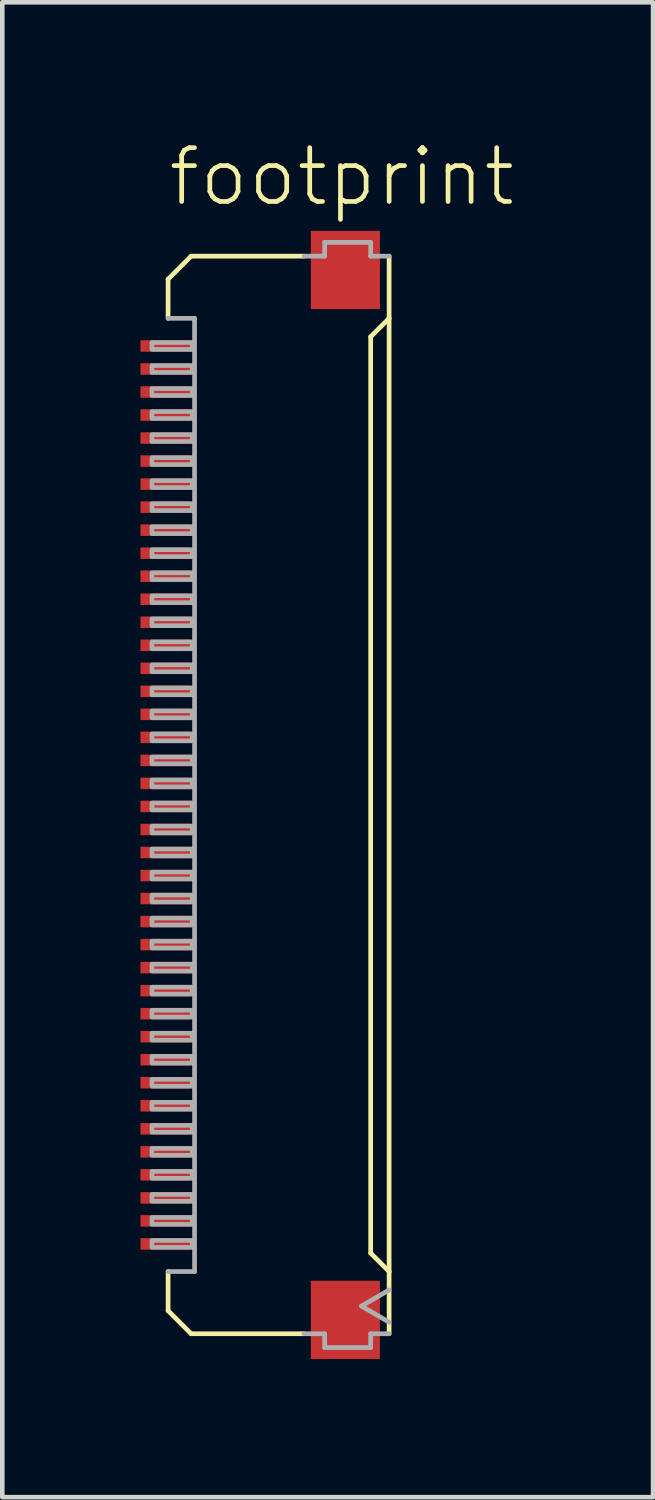
<source format=kicad_pcb>
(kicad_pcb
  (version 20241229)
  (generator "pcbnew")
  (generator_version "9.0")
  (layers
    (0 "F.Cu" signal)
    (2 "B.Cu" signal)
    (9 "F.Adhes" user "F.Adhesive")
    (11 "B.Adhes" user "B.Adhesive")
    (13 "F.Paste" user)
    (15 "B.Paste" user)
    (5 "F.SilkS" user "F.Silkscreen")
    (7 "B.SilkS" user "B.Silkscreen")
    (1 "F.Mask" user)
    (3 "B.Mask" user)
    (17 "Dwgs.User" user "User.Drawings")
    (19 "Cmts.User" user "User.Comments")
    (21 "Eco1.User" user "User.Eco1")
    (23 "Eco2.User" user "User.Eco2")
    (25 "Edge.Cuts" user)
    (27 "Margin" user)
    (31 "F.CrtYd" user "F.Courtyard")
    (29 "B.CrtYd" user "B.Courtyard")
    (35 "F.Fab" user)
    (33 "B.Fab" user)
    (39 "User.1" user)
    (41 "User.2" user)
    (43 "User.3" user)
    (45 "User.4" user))
  (footprint "footprint"
    (layer "F.Cu")
    (at 3.09 14.213)
    (property "Reference" "footprint" (at -2.54 -12.74 0) (layer "F.SilkS") (effects (font (size 1.168 1.168) (thickness 0.102)) (justify left bottom)))
    (fp_line (start -2.49 -11.2) (end -1.99 -11.7) (stroke (width 0.102) (type solid)) (layer "F.SilkS"))
    (fp_line (start -2.49 -10.35) (end -2.49 -11.2) (stroke (width 0.102) (type solid)) (layer "F.SilkS"))
    (fp_line (start -2.49 10.35) (end -2.49 11.2) (stroke (width 0.102) (type solid)) (layer "F.SilkS"))
    (fp_line (start -2.49 11.2) (end -1.99 11.7) (stroke (width 0.102) (type solid)) (layer "F.SilkS"))
    (fp_line (start -1.99 -11.7) (end 0.46 -11.7) (stroke (width 0.102) (type solid)) (layer "F.SilkS"))
    (fp_line (start -1.99 11.7) (end 0.46 11.7) (stroke (width 0.102) (type solid)) (layer "F.SilkS"))
    (fp_line (start 1.91 -9.95) (end 1.91 9.95) (stroke (width 0.102) (type solid)) (layer "F.SilkS"))
    (fp_line (start 1.91 9.95) (end 2.31 10.35) (stroke (width 0.102) (type solid)) (layer "F.SilkS"))
    (fp_line (start 2.31 -11.7) (end 2.31 -10.35) (stroke (width 0.102) (type solid)) (layer "F.SilkS"))
    (fp_line (start 2.31 -10.35) (end 1.91 -9.95) (stroke (width 0.102) (type solid)) (layer "F.SilkS"))
    (fp_line (start 2.31 10.35) (end 2.31 -10.35) (stroke (width 0.102) (type solid)) (layer "F.SilkS"))
    (fp_line (start 2.31 10.35) (end 2.31 11.7) (stroke (width 0.102) (type solid)) (layer "F.SilkS"))
    (fp_line (start -2.49 10.35) (end -1.915 10.35) (stroke (width 0.102) (type solid)) (layer "F.Fab"))
    (fp_line (start -1.915 -10.35) (end -2.49 -10.35) (stroke (width 0.102) (type solid)) (layer "F.Fab"))
    (fp_line (start -1.915 10.35) (end -1.915 -10.35) (stroke (width 0.102) (type solid)) (layer "F.Fab"))
    (fp_line (start 0.46 -11.7) (end 0.91 -11.7) (stroke (width 0.102) (type solid)) (layer "F.Fab"))
    (fp_line (start 0.91 -12) (end 1.91 -12) (stroke (width 0.102) (type solid)) (layer "F.Fab"))
    (fp_line (start 0.91 -11.7) (end 0.91 -12) (stroke (width 0.102) (type solid)) (layer "F.Fab"))
    (fp_line (start 0.91 11.7) (end 0.46 11.7) (stroke (width 0.102) (type solid)) (layer "F.Fab"))
    (fp_line (start 0.91 12) (end 0.91 11.7) (stroke (width 0.102) (type solid)) (layer "F.Fab"))
    (fp_line (start 1.71 11.1) (end 2.31 10.75) (stroke (width 0.102) (type solid)) (layer "F.Fab"))
    (fp_line (start 1.91 -12) (end 1.91 -11.7) (stroke (width 0.102) (type solid)) (layer "F.Fab"))
    (fp_line (start 1.91 -11.7) (end 2.31 -11.7) (stroke (width 0.102) (type solid)) (layer "F.Fab"))
    (fp_line (start 1.91 11.7) (end 1.91 12) (stroke (width 0.102) (type solid)) (layer "F.Fab"))
    (fp_line (start 1.91 12) (end 0.91 12) (stroke (width 0.102) (type solid)) (layer "F.Fab"))
    (fp_line (start 2.31 11.45) (end 1.71 11.1) (stroke (width 0.102) (type solid)) (layer "F.Fab"))
    (fp_line (start 2.31 11.7) (end 1.91 11.7) (stroke (width 0.102) (type solid)) (layer "F.Fab"))
    (fp_poly (pts (xy -1.965 -9.825) (xy -2.84 -9.825) (xy -2.84 -9.675) (xy -1.965 -9.675)) (stroke (width 0.1) (type solid)) (fill no) (layer "F.Fab"))
    (fp_poly (pts (xy -1.965 -9.325) (xy -2.84 -9.325) (xy -2.84 -9.175) (xy -1.965 -9.175)) (stroke (width 0.1) (type solid)) (fill no) (layer "F.Fab"))
    (fp_poly (pts (xy -1.965 -8.825) (xy -2.84 -8.825) (xy -2.84 -8.675) (xy -1.965 -8.675)) (stroke (width 0.1) (type solid)) (fill no) (layer "F.Fab"))
    (fp_poly (pts (xy -1.965 -8.325) (xy -2.84 -8.325) (xy -2.84 -8.175) (xy -1.965 -8.175)) (stroke (width 0.1) (type solid)) (fill no) (layer "F.Fab"))
    (fp_poly (pts (xy -1.965 -7.825) (xy -2.84 -7.825) (xy -2.84 -7.675) (xy -1.965 -7.675)) (stroke (width 0.1) (type solid)) (fill no) (layer "F.Fab"))
    (fp_poly (pts (xy -1.965 -7.325) (xy -2.84 -7.325) (xy -2.84 -7.175) (xy -1.965 -7.175)) (stroke (width 0.1) (type solid)) (fill no) (layer "F.Fab"))
    (fp_poly (pts (xy -1.965 -6.825) (xy -2.84 -6.825) (xy -2.84 -6.675) (xy -1.965 -6.675)) (stroke (width 0.1) (type solid)) (fill no) (layer "F.Fab"))
    (fp_poly (pts (xy -1.965 -6.325) (xy -2.84 -6.325) (xy -2.84 -6.175) (xy -1.965 -6.175)) (stroke (width 0.1) (type solid)) (fill no) (layer "F.Fab"))
    (fp_poly (pts (xy -1.965 -5.825) (xy -2.84 -5.825) (xy -2.84 -5.675) (xy -1.965 -5.675)) (stroke (width 0.1) (type solid)) (fill no) (layer "F.Fab"))
    (fp_poly (pts (xy -1.965 -5.325) (xy -2.84 -5.325) (xy -2.84 -5.175) (xy -1.965 -5.175)) (stroke (width 0.1) (type solid)) (fill no) (layer "F.Fab"))
    (fp_poly (pts (xy -1.965 -4.825) (xy -2.84 -4.825) (xy -2.84 -4.675) (xy -1.965 -4.675)) (stroke (width 0.1) (type solid)) (fill no) (layer "F.Fab"))
    (fp_poly (pts (xy -1.965 -4.325) (xy -2.84 -4.325) (xy -2.84 -4.175) (xy -1.965 -4.175)) (stroke (width 0.1) (type solid)) (fill no) (layer "F.Fab"))
    (fp_poly (pts (xy -1.965 -3.825) (xy -2.84 -3.825) (xy -2.84 -3.675) (xy -1.965 -3.675)) (stroke (width 0.1) (type solid)) (fill no) (layer "F.Fab"))
    (fp_poly (pts (xy -1.965 -3.325) (xy -2.84 -3.325) (xy -2.84 -3.175) (xy -1.965 -3.175)) (stroke (width 0.1) (type solid)) (fill no) (layer "F.Fab"))
    (fp_poly (pts (xy -1.965 -2.825) (xy -2.84 -2.825) (xy -2.84 -2.675) (xy -1.965 -2.675)) (stroke (width 0.1) (type solid)) (fill no) (layer "F.Fab"))
    (fp_poly (pts (xy -1.965 -2.325) (xy -2.84 -2.325) (xy -2.84 -2.175) (xy -1.965 -2.175)) (stroke (width 0.1) (type solid)) (fill no) (layer "F.Fab"))
    (fp_poly (pts (xy -1.965 -1.825) (xy -2.84 -1.825) (xy -2.84 -1.675) (xy -1.965 -1.675)) (stroke (width 0.1) (type solid)) (fill no) (layer "F.Fab"))
    (fp_poly (pts (xy -1.965 -1.325) (xy -2.84 -1.325) (xy -2.84 -1.175) (xy -1.965 -1.175)) (stroke (width 0.1) (type solid)) (fill no) (layer "F.Fab"))
    (fp_poly (pts (xy -1.965 -0.825) (xy -2.84 -0.825) (xy -2.84 -0.675) (xy -1.965 -0.675)) (stroke (width 0.1) (type solid)) (fill no) (layer "F.Fab"))
    (fp_poly (pts (xy -1.965 -0.325) (xy -2.84 -0.325) (xy -2.84 -0.175) (xy -1.965 -0.175)) (stroke (width 0.1) (type solid)) (fill no) (layer "F.Fab"))
    (fp_poly (pts (xy -1.965 0.175) (xy -2.84 0.175) (xy -2.84 0.325) (xy -1.965 0.325)) (stroke (width 0.1) (type solid)) (fill no) (layer "F.Fab"))
    (fp_poly (pts (xy -1.965 0.675) (xy -2.84 0.675) (xy -2.84 0.825) (xy -1.965 0.825)) (stroke (width 0.1) (type solid)) (fill no) (layer "F.Fab"))
    (fp_poly (pts (xy -1.965 1.175) (xy -2.84 1.175) (xy -2.84 1.325) (xy -1.965 1.325)) (stroke (width 0.1) (type solid)) (fill no) (layer "F.Fab"))
    (fp_poly (pts (xy -1.965 1.675) (xy -2.84 1.675) (xy -2.84 1.825) (xy -1.965 1.825)) (stroke (width 0.1) (type solid)) (fill no) (layer "F.Fab"))
    (fp_poly (pts (xy -1.965 2.175) (xy -2.84 2.175) (xy -2.84 2.325) (xy -1.965 2.325)) (stroke (width 0.1) (type solid)) (fill no) (layer "F.Fab"))
    (fp_poly (pts (xy -1.965 2.675) (xy -2.84 2.675) (xy -2.84 2.825) (xy -1.965 2.825)) (stroke (width 0.1) (type solid)) (fill no) (layer "F.Fab"))
    (fp_poly (pts (xy -1.965 3.175) (xy -2.84 3.175) (xy -2.84 3.325) (xy -1.965 3.325)) (stroke (width 0.1) (type solid)) (fill no) (layer "F.Fab"))
    (fp_poly (pts (xy -1.965 3.675) (xy -2.84 3.675) (xy -2.84 3.825) (xy -1.965 3.825)) (stroke (width 0.1) (type solid)) (fill no) (layer "F.Fab"))
    (fp_poly (pts (xy -1.965 4.175) (xy -2.84 4.175) (xy -2.84 4.325) (xy -1.965 4.325)) (stroke (width 0.1) (type solid)) (fill no) (layer "F.Fab"))
    (fp_poly (pts (xy -1.965 4.675) (xy -2.84 4.675) (xy -2.84 4.825) (xy -1.965 4.825)) (stroke (width 0.1) (type solid)) (fill no) (layer "F.Fab"))
    (fp_poly (pts (xy -1.965 5.175) (xy -2.84 5.175) (xy -2.84 5.325) (xy -1.965 5.325)) (stroke (width 0.1) (type solid)) (fill no) (layer "F.Fab"))
    (fp_poly (pts (xy -1.965 5.675) (xy -2.84 5.675) (xy -2.84 5.825) (xy -1.965 5.825)) (stroke (width 0.1) (type solid)) (fill no) (layer "F.Fab"))
    (fp_poly (pts (xy -1.965 6.175) (xy -2.84 6.175) (xy -2.84 6.325) (xy -1.965 6.325)) (stroke (width 0.1) (type solid)) (fill no) (layer "F.Fab"))
    (fp_poly (pts (xy -1.965 6.675) (xy -2.84 6.675) (xy -2.84 6.825) (xy -1.965 6.825)) (stroke (width 0.1) (type solid)) (fill no) (layer "F.Fab"))
    (fp_poly (pts (xy -1.965 7.175) (xy -2.84 7.175) (xy -2.84 7.325) (xy -1.965 7.325)) (stroke (width 0.1) (type solid)) (fill no) (layer "F.Fab"))
    (fp_poly (pts (xy -1.965 7.675) (xy -2.84 7.675) (xy -2.84 7.825) (xy -1.965 7.825)) (stroke (width 0.1) (type solid)) (fill no) (layer "F.Fab"))
    (fp_poly (pts (xy -1.965 8.175) (xy -2.84 8.175) (xy -2.84 8.325) (xy -1.965 8.325)) (stroke (width 0.1) (type solid)) (fill no) (layer "F.Fab"))
    (fp_poly (pts (xy -1.965 8.675) (xy -2.84 8.675) (xy -2.84 8.825) (xy -1.965 8.825)) (stroke (width 0.1) (type solid)) (fill no) (layer "F.Fab"))
    (fp_poly (pts (xy -1.965 9.175) (xy -2.84 9.175) (xy -2.84 9.325) (xy -1.965 9.325)) (stroke (width 0.1) (type solid)) (fill no) (layer "F.Fab"))
    (fp_poly (pts (xy -1.965 9.675) (xy -2.84 9.675) (xy -2.84 9.825) (xy -1.965 9.825)) (stroke (width 0.1) (type solid)) (fill no) (layer "F.Fab"))
    (pad "1" smd rect (at -2.54 -9.75) (size 1.1 0.25) (layers "F.Cu" "F.Mask" "F.Paste"))
    (pad "2" smd rect (at -2.54 -9.25) (size 1.1 0.25) (layers "F.Cu" "F.Mask" "F.Paste"))
    (pad "3" smd rect (at -2.54 -8.75) (size 1.1 0.25) (layers "F.Cu" "F.Mask" "F.Paste"))
    (pad "4" smd rect (at -2.54 -8.25) (size 1.1 0.25) (layers "F.Cu" "F.Mask" "F.Paste"))
    (pad "5" smd rect (at -2.54 -7.75) (size 1.1 0.25) (layers "F.Cu" "F.Mask" "F.Paste"))
    (pad "6" smd rect (at -2.54 -7.25) (size 1.1 0.25) (layers "F.Cu" "F.Mask" "F.Paste"))
    (pad "7" smd rect (at -2.54 -6.75) (size 1.1 0.25) (layers "F.Cu" "F.Mask" "F.Paste"))
    (pad "8" smd rect (at -2.54 -6.25) (size 1.1 0.25) (layers "F.Cu" "F.Mask" "F.Paste"))
    (pad "9" smd rect (at -2.54 -5.75) (size 1.1 0.25) (layers "F.Cu" "F.Mask" "F.Paste"))
    (pad "10" smd rect (at -2.54 -5.25) (size 1.1 0.25) (layers "F.Cu" "F.Mask" "F.Paste"))
    (pad "11" smd rect (at -2.54 -4.75) (size 1.1 0.25) (layers "F.Cu" "F.Mask" "F.Paste"))
    (pad "12" smd rect (at -2.54 -4.25) (size 1.1 0.25) (layers "F.Cu" "F.Mask" "F.Paste"))
    (pad "13" smd rect (at -2.54 -3.75) (size 1.1 0.25) (layers "F.Cu" "F.Mask" "F.Paste"))
    (pad "14" smd rect (at -2.54 -3.25) (size 1.1 0.25) (layers "F.Cu" "F.Mask" "F.Paste"))
    (pad "15" smd rect (at -2.54 -2.75) (size 1.1 0.25) (layers "F.Cu" "F.Mask" "F.Paste"))
    (pad "16" smd rect (at -2.54 -2.25) (size 1.1 0.25) (layers "F.Cu" "F.Mask" "F.Paste"))
    (pad "17" smd rect (at -2.54 -1.75) (size 1.1 0.25) (layers "F.Cu" "F.Mask" "F.Paste"))
    (pad "18" smd rect (at -2.54 -1.25) (size 1.1 0.25) (layers "F.Cu" "F.Mask" "F.Paste"))
    (pad "19" smd rect (at -2.54 -0.75) (size 1.1 0.25) (layers "F.Cu" "F.Mask" "F.Paste"))
    (pad "20" smd rect (at -2.54 -0.25) (size 1.1 0.25) (layers "F.Cu" "F.Mask" "F.Paste"))
    (pad "21" smd rect (at -2.54 0.25) (size 1.1 0.25) (layers "F.Cu" "F.Mask" "F.Paste"))
    (pad "22" smd rect (at -2.54 0.75) (size 1.1 0.25) (layers "F.Cu" "F.Mask" "F.Paste"))
    (pad "23" smd rect (at -2.54 1.25) (size 1.1 0.25) (layers "F.Cu" "F.Mask" "F.Paste"))
    (pad "24" smd rect (at -2.54 1.75) (size 1.1 0.25) (layers "F.Cu" "F.Mask" "F.Paste"))
    (pad "25" smd rect (at -2.54 2.25) (size 1.1 0.25) (layers "F.Cu" "F.Mask" "F.Paste"))
    (pad "26" smd rect (at -2.54 2.75) (size 1.1 0.25) (layers "F.Cu" "F.Mask" "F.Paste"))
    (pad "27" smd rect (at -2.54 3.25) (size 1.1 0.25) (layers "F.Cu" "F.Mask" "F.Paste"))
    (pad "28" smd rect (at -2.54 3.75) (size 1.1 0.25) (layers "F.Cu" "F.Mask" "F.Paste"))
    (pad "29" smd rect (at -2.54 4.25) (size 1.1 0.25) (layers "F.Cu" "F.Mask" "F.Paste"))
    (pad "30" smd rect (at -2.54 4.75) (size 1.1 0.25) (layers "F.Cu" "F.Mask" "F.Paste"))
    (pad "31" smd rect (at -2.54 5.25) (size 1.1 0.25) (layers "F.Cu" "F.Mask" "F.Paste"))
    (pad "32" smd rect (at -2.54 5.75) (size 1.1 0.25) (layers "F.Cu" "F.Mask" "F.Paste"))
    (pad "33" smd rect (at -2.54 6.25) (size 1.1 0.25) (layers "F.Cu" "F.Mask" "F.Paste"))
    (pad "34" smd rect (at -2.54 6.75) (size 1.1 0.25) (layers "F.Cu" "F.Mask" "F.Paste"))
    (pad "35" smd rect (at -2.54 7.25) (size 1.1 0.25) (layers "F.Cu" "F.Mask" "F.Paste"))
    (pad "36" smd rect (at -2.54 7.75) (size 1.1 0.25) (layers "F.Cu" "F.Mask" "F.Paste"))
    (pad "37" smd rect (at -2.54 8.25) (size 1.1 0.25) (layers "F.Cu" "F.Mask" "F.Paste"))
    (pad "38" smd rect (at -2.54 8.75) (size 1.1 0.25) (layers "F.Cu" "F.Mask" "F.Paste"))
    (pad "39" smd rect (at -2.54 9.25) (size 1.1 0.25) (layers "F.Cu" "F.Mask" "F.Paste"))
    (pad "40" smd rect (at -2.54 9.75) (size 1.1 0.25) (layers "F.Cu" "F.Mask" "F.Paste"))
    (pad "M1" smd rect (at 1.36 -11.4) (size 1.5 1.7) (layers "F.Cu" "F.Mask" "F.Paste"))
    (pad "M2" smd rect (at 1.36 11.4) (size 1.5 1.7) (layers "F.Cu" "F.Mask" "F.Paste")))
  (gr_rect
    (start -3 -3)
    (end 11.132 29.463)
    (stroke (width 0.1) (type default))
    (fill no)
    (layer "Edge.Cuts")))
</source>
